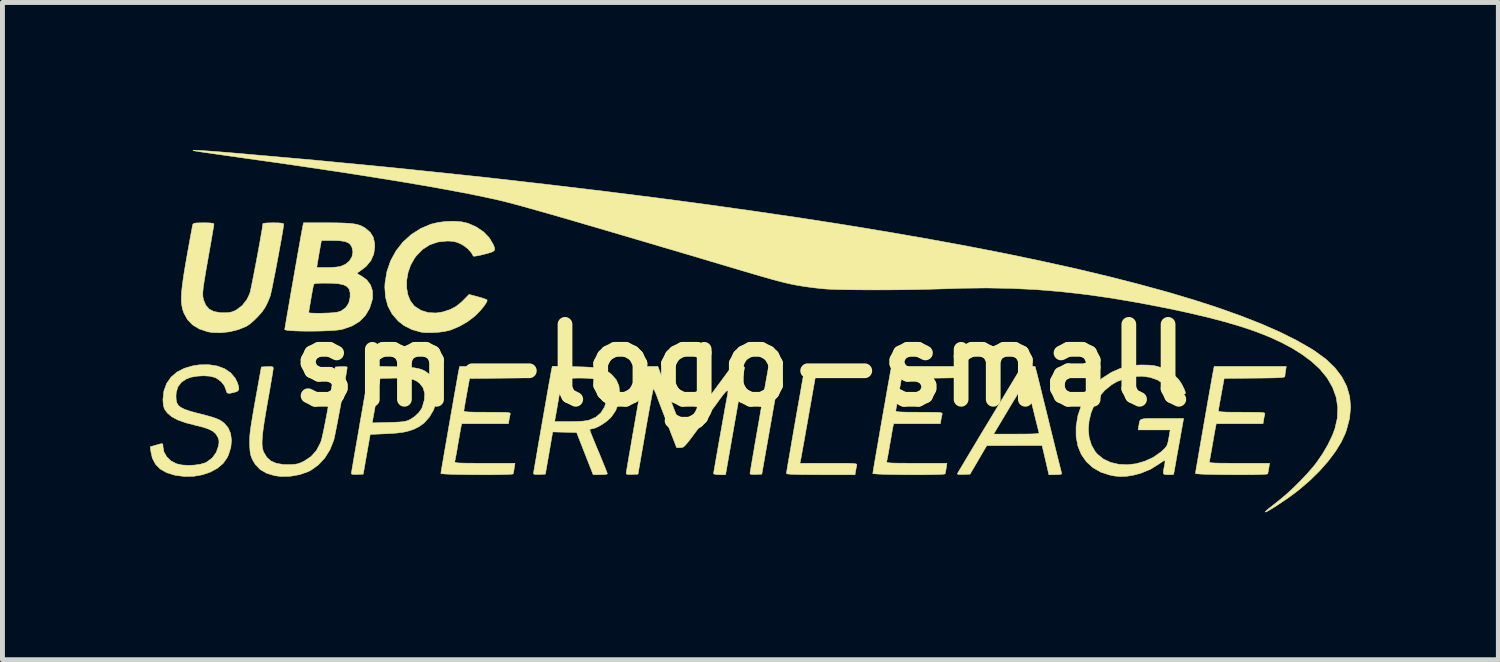
<source format=kicad_pcb>
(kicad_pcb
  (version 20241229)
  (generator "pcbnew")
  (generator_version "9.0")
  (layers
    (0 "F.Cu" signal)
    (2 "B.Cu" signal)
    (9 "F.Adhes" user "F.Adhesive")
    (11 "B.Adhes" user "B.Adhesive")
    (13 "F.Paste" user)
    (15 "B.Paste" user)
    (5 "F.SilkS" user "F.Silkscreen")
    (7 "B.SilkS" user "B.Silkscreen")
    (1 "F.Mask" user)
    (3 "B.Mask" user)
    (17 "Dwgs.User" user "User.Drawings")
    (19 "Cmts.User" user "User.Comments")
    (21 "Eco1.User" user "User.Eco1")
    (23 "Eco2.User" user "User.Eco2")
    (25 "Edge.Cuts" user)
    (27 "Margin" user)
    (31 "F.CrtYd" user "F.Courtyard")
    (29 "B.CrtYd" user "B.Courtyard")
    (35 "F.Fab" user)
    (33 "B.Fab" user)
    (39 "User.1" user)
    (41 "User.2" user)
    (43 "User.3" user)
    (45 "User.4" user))
  (footprint "sm-logo-small"
    (layer "F.Cu")
    (at 12.033 4.381)
    (property "Reference" "sm-logo-small" (at 0 0 0) (layer "F.SilkS") (effects (font (size 1.524 1.524) (thickness 0.3))))
    (attr through_hole)
    (fp_poly (pts (xy 0.603 1.117) (xy 0.41 2.212) (xy 0.29 2.218) (xy 0.214 2.219) (xy 0.176 2.21) (xy 0.169 2.199) (xy 0.173 2.174) (xy 0.183 2.113) (xy 0.199 2.019) (xy 0.219 1.898) (xy 0.244 1.755) (xy 0.271 1.595) (xy 0.301 1.422) (xy 0.333 1.241) (xy 0.365 1.058) (xy 0.396 0.876) (xy 0.427 0.701) (xy 0.456 0.538) (xy 0.482 0.392) (xy 0.504 0.267) (xy 0.522 0.168) (xy 0.534 0.1) (xy 0.54 0.069) (xy 0.551 0.042) (xy 0.574 0.027) (xy 0.622 0.022) (xy 0.674 0.021) (xy 0.796 0.021) (xy 0.603 1.117)) (stroke (width 0.01) (type solid)) (fill yes) (layer "F.SilkS"))
    (fp_poly (pts (xy 1.372 0.958) (xy 1.338 1.153) (xy 1.305 1.337) (xy 1.276 1.504) (xy 1.249 1.651) (xy 1.227 1.773) (xy 1.211 1.865) (xy 1.2 1.923) (xy 1.196 1.942) (xy 1.185 1.99) (xy 1.768 1.99) (xy 1.941 1.99) (xy 2.076 1.99) (xy 2.177 1.992) (xy 2.25 1.994) (xy 2.298 1.998) (xy 2.327 2.004) (xy 2.34 2.011) (xy 2.343 2.021) (xy 2.342 2.027) (xy 2.332 2.072) (xy 2.32 2.134) (xy 2.319 2.143) (xy 2.305 2.223) (xy 1.608 2.223) (xy 1.404 2.222) (xy 1.24 2.221) (xy 1.112 2.218) (xy 1.018 2.215) (xy 0.955 2.21) (xy 0.92 2.204) (xy 0.91 2.198) (xy 0.914 2.173) (xy 0.924 2.112) (xy 0.939 2.018) (xy 0.96 1.898) (xy 0.985 1.755) (xy 1.012 1.595) (xy 1.042 1.422) (xy 1.073 1.241) (xy 1.105 1.058) (xy 1.137 0.876) (xy 1.168 0.702) (xy 1.197 0.539) (xy 1.222 0.392) (xy 1.245 0.267) (xy 1.263 0.168) (xy 1.275 0.1) (xy 1.281 0.069) (xy 1.292 0.042) (xy 1.315 0.027) (xy 1.362 0.022) (xy 1.415 0.021) (xy 1.537 0.021) (xy 1.372 0.958)) (stroke (width 0.01) (type solid)) (fill yes) (layer "F.SilkS"))
    (fp_poly (pts (xy 5.989 0.103) (xy 5.999 0.14) (xy 6.017 0.213) (xy 6.044 0.319) (xy 6.077 0.453) (xy 6.115 0.61) (xy 6.159 0.786) (xy 6.206 0.977) (xy 6.255 1.177) (xy 6.304 1.376) (xy 6.35 1.562) (xy 6.392 1.733) (xy 6.429 1.883) (xy 6.461 2.008) (xy 6.485 2.105) (xy 6.501 2.169) (xy 6.508 2.196) (xy 6.509 2.196) (xy 6.501 2.211) (xy 6.463 2.22) (xy 6.388 2.222) (xy 6.383 2.223) (xy 6.248 2.223) (xy 6.179 1.926) (xy 6.11 1.63) (xy 4.985 1.631) (xy 4.815 1.921) (xy 4.645 2.212) (xy 4.511 2.218) (xy 4.444 2.219) (xy 4.398 2.214) (xy 4.385 2.206) (xy 4.397 2.185) (xy 4.429 2.131) (xy 4.479 2.047) (xy 4.545 1.936) (xy 4.625 1.802) (xy 4.717 1.648) (xy 4.82 1.477) (xy 4.868 1.397) (xy 5.125 1.397) (xy 5.592 1.397) (xy 5.75 1.396) (xy 5.87 1.395) (xy 5.955 1.392) (xy 6.011 1.387) (xy 6.041 1.38) (xy 6.049 1.372) (xy 6.048 1.371) (xy 6.041 1.343) (xy 6.025 1.281) (xy 6.002 1.189) (xy 5.973 1.074) (xy 5.941 0.942) (xy 5.916 0.841) (xy 5.878 0.688) (xy 5.844 0.559) (xy 5.815 0.456) (xy 5.792 0.385) (xy 5.776 0.348) (xy 5.771 0.345) (xy 5.755 0.364) (xy 5.72 0.415) (xy 5.67 0.494) (xy 5.607 0.595) (xy 5.534 0.714) (xy 5.454 0.846) (xy 5.437 0.875) (xy 5.125 1.397) (xy 4.868 1.397) (xy 4.931 1.292) (xy 5.045 1.104) (xy 5.697 0.021) (xy 5.967 0.021) (xy 5.989 0.103)) (stroke (width 0.01) (type solid)) (fill yes) (layer "F.SilkS"))
    (fp_poly (pts (xy -5.698 -2.92) (xy -5.57 -2.892) (xy -5.567 -2.891) (xy -5.395 -2.815) (xy -5.248 -2.715) (xy -5.132 -2.594) (xy -5.058 -2.47) (xy -5.031 -2.408) (xy -5.021 -2.364) (xy -5.033 -2.333) (xy -5.071 -2.309) (xy -5.14 -2.286) (xy -5.233 -2.261) (xy -5.323 -2.239) (xy -5.396 -2.225) (xy -5.443 -2.22) (xy -5.457 -2.222) (xy -5.499 -2.295) (xy -5.568 -2.371) (xy -5.653 -2.437) (xy -5.708 -2.468) (xy -5.786 -2.502) (xy -5.858 -2.521) (xy -5.943 -2.528) (xy -5.99 -2.529) (xy -6.175 -2.51) (xy -6.342 -2.453) (xy -6.49 -2.358) (xy -6.618 -2.226) (xy -6.652 -2.18) (xy -6.732 -2.039) (xy -6.785 -1.887) (xy -6.812 -1.731) (xy -6.813 -1.578) (xy -6.788 -1.435) (xy -6.737 -1.311) (xy -6.66 -1.211) (xy -6.645 -1.198) (xy -6.518 -1.118) (xy -6.372 -1.073) (xy -6.214 -1.066) (xy -6.079 -1.087) (xy -5.933 -1.134) (xy -5.813 -1.196) (xy -5.704 -1.282) (xy -5.657 -1.328) (xy -5.544 -1.443) (xy -5.37 -1.397) (xy -5.288 -1.374) (xy -5.222 -1.352) (xy -5.183 -1.336) (xy -5.178 -1.333) (xy -5.178 -1.306) (xy -5.204 -1.258) (xy -5.25 -1.193) (xy -5.31 -1.121) (xy -5.38 -1.047) (xy -5.434 -0.996) (xy -5.575 -0.889) (xy -5.739 -0.795) (xy -5.907 -0.724) (xy -5.948 -0.711) (xy -6.049 -0.689) (xy -6.174 -0.673) (xy -6.305 -0.666) (xy -6.427 -0.667) (xy -6.519 -0.676) (xy -6.707 -0.729) (xy -6.87 -0.812) (xy -6.985 -0.903) (xy -7.107 -1.043) (xy -7.193 -1.204) (xy -7.243 -1.387) (xy -7.257 -1.591) (xy -7.253 -1.673) (xy -7.215 -1.906) (xy -7.14 -2.126) (xy -7.03 -2.328) (xy -6.889 -2.508) (xy -6.72 -2.661) (xy -6.526 -2.785) (xy -6.323 -2.871) (xy -6.176 -2.907) (xy -6.014 -2.927) (xy -5.85 -2.932) (xy -5.698 -2.92)) (stroke (width 0.01) (type solid)) (fill yes) (layer "F.SilkS"))
    (fp_poly (pts (xy -9.541 0.029) (xy -9.527 0.044) (xy -9.525 0.057) (xy -9.529 0.087) (xy -9.539 0.153) (xy -9.555 0.25) (xy -9.576 0.372) (xy -9.6 0.515) (xy -9.628 0.672) (xy -9.642 0.751) (xy -9.68 0.972) (xy -9.71 1.156) (xy -9.732 1.308) (xy -9.746 1.431) (xy -9.753 1.531) (xy -9.753 1.611) (xy -9.746 1.676) (xy -9.733 1.731) (xy -9.717 1.77) (xy -9.656 1.871) (xy -9.573 1.944) (xy -9.464 1.991) (xy -9.326 2.015) (xy -9.199 2.018) (xy -9.104 2.014) (xy -9.031 2.002) (xy -8.961 1.977) (xy -8.893 1.944) (xy -8.756 1.852) (xy -8.648 1.731) (xy -8.568 1.579) (xy -8.55 1.531) (xy -8.536 1.478) (xy -8.516 1.39) (xy -8.491 1.272) (xy -8.463 1.131) (xy -8.433 0.974) (xy -8.402 0.805) (xy -8.386 0.716) (xy -8.265 0.032) (xy -8.144 0.025) (xy -8.078 0.025) (xy -8.034 0.029) (xy -8.022 0.036) (xy -8.026 0.071) (xy -8.037 0.142) (xy -8.054 0.242) (xy -8.075 0.365) (xy -8.1 0.505) (xy -8.127 0.657) (xy -8.156 0.813) (xy -8.185 0.968) (xy -8.213 1.116) (xy -8.239 1.25) (xy -8.262 1.365) (xy -8.28 1.454) (xy -8.293 1.512) (xy -8.297 1.524) (xy -8.373 1.715) (xy -8.478 1.883) (xy -8.609 2.024) (xy -8.761 2.133) (xy -8.816 2.161) (xy -8.989 2.222) (xy -9.18 2.255) (xy -9.371 2.259) (xy -9.495 2.243) (xy -9.659 2.194) (xy -9.791 2.118) (xy -9.892 2.013) (xy -9.942 1.93) (xy -9.971 1.866) (xy -9.989 1.805) (xy -9.999 1.735) (xy -10.005 1.641) (xy -10.006 1.598) (xy -10.007 1.532) (xy -10.005 1.465) (xy -9.999 1.391) (xy -9.989 1.305) (xy -9.974 1.2) (xy -9.953 1.071) (xy -9.926 0.912) (xy -9.892 0.718) (xy -9.89 0.709) (xy -9.768 0.032) (xy -9.647 0.025) (xy -9.577 0.023) (xy -9.541 0.029)) (stroke (width 0.01) (type solid)) (fill yes) (layer "F.SilkS"))
    (fp_poly (pts (xy -7.106 0.026) (xy -6.923 0.031) (xy -6.777 0.038) (xy -6.661 0.049) (xy -6.57 0.065) (xy -6.497 0.088) (xy -6.436 0.118) (xy -6.382 0.157) (xy -6.329 0.208) (xy -6.325 0.212) (xy -6.265 0.281) (xy -6.228 0.345) (xy -6.205 0.421) (xy -6.202 0.434) (xy -6.189 0.591) (xy -6.213 0.752) (xy -6.267 0.908) (xy -6.35 1.05) (xy -6.457 1.17) (xy -6.555 1.242) (xy -6.653 1.292) (xy -6.757 1.33) (xy -6.875 1.358) (xy -7.016 1.376) (xy -7.189 1.388) (xy -7.231 1.39) (xy -7.554 1.404) (xy -7.588 1.596) (xy -7.608 1.709) (xy -7.631 1.84) (xy -7.654 1.966) (xy -7.659 2) (xy -7.696 2.212) (xy -7.817 2.218) (xy -7.893 2.219) (xy -7.931 2.21) (xy -7.938 2.199) (xy -7.934 2.174) (xy -7.924 2.112) (xy -7.908 2.019) (xy -7.888 1.898) (xy -7.863 1.755) (xy -7.835 1.594) (xy -7.805 1.421) (xy -7.774 1.241) (xy -7.762 1.169) (xy -7.514 1.169) (xy -7.181 1.16) (xy -7.05 1.156) (xy -6.954 1.151) (xy -6.883 1.144) (xy -6.83 1.134) (xy -6.785 1.12) (xy -6.747 1.103) (xy -6.652 1.042) (xy -6.568 0.963) (xy -6.508 0.879) (xy -6.496 0.85) (xy -6.452 0.699) (xy -6.446 0.568) (xy -6.477 0.458) (xy -6.545 0.368) (xy -6.551 0.363) (xy -6.607 0.321) (xy -6.67 0.291) (xy -6.747 0.271) (xy -6.846 0.26) (xy -6.975 0.257) (xy -7.073 0.259) (xy -7.353 0.265) (xy -7.422 0.656) (xy -7.445 0.784) (xy -7.465 0.901) (xy -7.483 0.999) (xy -7.496 1.071) (xy -7.503 1.108) (xy -7.514 1.169) (xy -7.762 1.169) (xy -7.742 1.057) (xy -7.71 0.875) (xy -7.68 0.7) (xy -7.651 0.537) (xy -7.625 0.39) (xy -7.603 0.265) (xy -7.585 0.166) (xy -7.572 0.098) (xy -7.566 0.067) (xy -7.555 0.017) (xy -7.106 0.026)) (stroke (width 0.01) (type solid)) (fill yes) (layer "F.SilkS"))
    (fp_poly (pts (xy -4.283 0.101) (xy -4.292 0.163) (xy -4.296 0.212) (xy -4.297 0.217) (xy -4.299 0.227) (xy -4.31 0.236) (xy -4.334 0.242) (xy -4.375 0.247) (xy -4.438 0.251) (xy -4.528 0.254) (xy -4.647 0.256) (xy -4.802 0.258) (xy -4.915 0.259) (xy -5.533 0.265) (xy -5.591 0.582) (xy -5.611 0.694) (xy -5.628 0.793) (xy -5.641 0.869) (xy -5.649 0.916) (xy -5.65 0.926) (xy -5.641 0.935) (xy -5.61 0.942) (xy -5.553 0.947) (xy -5.467 0.95) (xy -5.346 0.952) (xy -5.187 0.952) (xy -5.174 0.953) (xy -5.02 0.953) (xy -4.903 0.954) (xy -4.818 0.955) (xy -4.761 0.959) (xy -4.727 0.964) (xy -4.71 0.971) (xy -4.705 0.981) (xy -4.706 0.99) (xy -4.717 1.035) (xy -4.728 1.097) (xy -4.73 1.106) (xy -4.743 1.185) (xy -5.693 1.185) (xy -5.704 1.233) (xy -5.711 1.27) (xy -5.724 1.34) (xy -5.74 1.435) (xy -5.76 1.545) (xy -5.769 1.598) (xy -5.788 1.712) (xy -5.806 1.812) (xy -5.821 1.892) (xy -5.831 1.942) (xy -5.834 1.953) (xy -5.835 1.963) (xy -5.827 1.972) (xy -5.807 1.978) (xy -5.77 1.983) (xy -5.712 1.986) (xy -5.627 1.988) (xy -5.513 1.989) (xy -5.364 1.99) (xy -5.227 1.99) (xy -4.61 1.99) (xy -4.625 2.09) (xy -4.635 2.153) (xy -4.646 2.197) (xy -4.649 2.207) (xy -4.673 2.212) (xy -4.732 2.216) (xy -4.822 2.22) (xy -4.936 2.222) (xy -5.068 2.223) (xy -5.213 2.224) (xy -5.364 2.223) (xy -5.516 2.222) (xy -5.663 2.22) (xy -5.799 2.218) (xy -5.918 2.214) (xy -6.014 2.21) (xy -6.082 2.205) (xy -6.115 2.2) (xy -6.117 2.198) (xy -6.114 2.173) (xy -6.104 2.112) (xy -6.088 2.018) (xy -6.067 1.898) (xy -6.043 1.755) (xy -6.015 1.595) (xy -5.985 1.422) (xy -5.954 1.241) (xy -5.922 1.058) (xy -5.89 0.876) (xy -5.86 0.702) (xy -5.831 0.539) (xy -5.805 0.392) (xy -5.783 0.267) (xy -5.765 0.168) (xy -5.752 0.1) (xy -5.746 0.069) (xy -5.735 0.021) (xy -4.27 0.021) (xy -4.283 0.101)) (stroke (width 0.01) (type solid)) (fill yes) (layer "F.SilkS"))
    (fp_poly (pts (xy 4.501 0.101) (xy 4.492 0.163) (xy 4.488 0.212) (xy 4.488 0.217) (xy 4.485 0.227) (xy 4.474 0.236) (xy 4.45 0.242) (xy 4.409 0.247) (xy 4.346 0.251) (xy 4.257 0.254) (xy 4.137 0.256) (xy 3.982 0.258) (xy 3.869 0.259) (xy 3.251 0.265) (xy 3.193 0.582) (xy 3.173 0.694) (xy 3.156 0.793) (xy 3.143 0.869) (xy 3.135 0.916) (xy 3.134 0.926) (xy 3.143 0.935) (xy 3.174 0.942) (xy 3.231 0.947) (xy 3.318 0.95) (xy 3.438 0.952) (xy 3.597 0.952) (xy 3.61 0.953) (xy 3.764 0.953) (xy 3.881 0.954) (xy 3.966 0.955) (xy 4.023 0.959) (xy 4.057 0.964) (xy 4.074 0.971) (xy 4.079 0.981) (xy 4.078 0.99) (xy 4.068 1.035) (xy 4.056 1.097) (xy 4.054 1.106) (xy 4.041 1.185) (xy 3.091 1.185) (xy 3.08 1.233) (xy 3.073 1.27) (xy 3.06 1.34) (xy 3.044 1.435) (xy 3.025 1.545) (xy 3.015 1.598) (xy 2.996 1.712) (xy 2.978 1.812) (xy 2.963 1.892) (xy 2.953 1.942) (xy 2.95 1.953) (xy 2.949 1.963) (xy 2.957 1.972) (xy 2.977 1.978) (xy 3.014 1.983) (xy 3.072 1.986) (xy 3.157 1.988) (xy 3.271 1.989) (xy 3.421 1.99) (xy 3.557 1.99) (xy 4.175 1.99) (xy 4.16 2.09) (xy 4.149 2.153) (xy 4.139 2.197) (xy 4.135 2.207) (xy 4.111 2.212) (xy 4.052 2.216) (xy 3.962 2.22) (xy 3.848 2.222) (xy 3.716 2.223) (xy 3.572 2.224) (xy 3.42 2.223) (xy 3.268 2.222) (xy 3.121 2.22) (xy 2.986 2.218) (xy 2.867 2.214) (xy 2.77 2.21) (xy 2.703 2.205) (xy 2.669 2.2) (xy 2.667 2.198) (xy 2.671 2.173) (xy 2.681 2.112) (xy 2.696 2.018) (xy 2.717 1.898) (xy 2.741 1.755) (xy 2.769 1.595) (xy 2.799 1.422) (xy 2.83 1.241) (xy 2.862 1.058) (xy 2.894 0.876) (xy 2.925 0.702) (xy 2.953 0.539) (xy 2.979 0.392) (xy 3.002 0.267) (xy 3.019 0.168) (xy 3.032 0.1) (xy 3.038 0.069) (xy 3.049 0.021) (xy 4.514 0.021) (xy 4.501 0.101)) (stroke (width 0.01) (type solid)) (fill yes) (layer "F.SilkS"))
    (fp_poly (pts (xy 11.063 0.101) (xy 11.054 0.163) (xy 11.049 0.212) (xy 11.049 0.217) (xy 11.046 0.227) (xy 11.035 0.236) (xy 11.012 0.242) (xy 10.97 0.247) (xy 10.907 0.251) (xy 10.818 0.254) (xy 10.699 0.256) (xy 10.544 0.258) (xy 10.431 0.259) (xy 9.813 0.265) (xy 9.755 0.582) (xy 9.735 0.694) (xy 9.717 0.793) (xy 9.704 0.869) (xy 9.697 0.916) (xy 9.696 0.926) (xy 9.705 0.935) (xy 9.736 0.942) (xy 9.793 0.947) (xy 9.879 0.95) (xy 10 0.952) (xy 10.159 0.952) (xy 10.172 0.953) (xy 10.326 0.953) (xy 10.443 0.954) (xy 10.527 0.955) (xy 10.584 0.959) (xy 10.619 0.964) (xy 10.636 0.971) (xy 10.641 0.981) (xy 10.64 0.99) (xy 10.629 1.035) (xy 10.617 1.097) (xy 10.616 1.106) (xy 10.603 1.185) (xy 9.653 1.185) (xy 9.642 1.233) (xy 9.635 1.27) (xy 9.622 1.34) (xy 9.605 1.435) (xy 9.586 1.545) (xy 9.577 1.598) (xy 9.557 1.712) (xy 9.539 1.812) (xy 9.525 1.892) (xy 9.515 1.942) (xy 9.512 1.953) (xy 9.511 1.963) (xy 9.518 1.972) (xy 9.538 1.978) (xy 9.576 1.983) (xy 9.634 1.986) (xy 9.718 1.988) (xy 9.833 1.989) (xy 9.982 1.99) (xy 10.119 1.99) (xy 10.736 1.99) (xy 10.721 2.09) (xy 10.71 2.153) (xy 10.7 2.197) (xy 10.696 2.207) (xy 10.673 2.212) (xy 10.613 2.216) (xy 10.524 2.22) (xy 10.41 2.222) (xy 10.278 2.223) (xy 10.133 2.224) (xy 9.982 2.223) (xy 9.83 2.222) (xy 9.683 2.22) (xy 9.547 2.218) (xy 9.428 2.214) (xy 9.332 2.21) (xy 9.264 2.205) (xy 9.231 2.2) (xy 9.229 2.198) (xy 9.232 2.173) (xy 9.242 2.112) (xy 9.258 2.018) (xy 9.279 1.898) (xy 9.303 1.755) (xy 9.331 1.595) (xy 9.361 1.422) (xy 9.392 1.241) (xy 9.424 1.058) (xy 9.456 0.876) (xy 9.486 0.702) (xy 9.515 0.539) (xy 9.541 0.392) (xy 9.563 0.267) (xy 9.581 0.168) (xy 9.594 0.1) (xy 9.6 0.069) (xy 9.61 0.021) (xy 11.076 0.021) (xy 11.063 0.101)) (stroke (width 0.01) (type solid)) (fill yes) (layer "F.SilkS"))
    (fp_poly (pts (xy -3.402 0.026) (xy -3.222 0.031) (xy -3.078 0.038) (xy -2.964 0.049) (xy -2.874 0.065) (xy -2.801 0.087) (xy -2.739 0.116) (xy -2.683 0.155) (xy -2.64 0.191) (xy -2.55 0.294) (xy -2.497 0.414) (xy -2.48 0.555) (xy -2.483 0.622) (xy -2.511 0.783) (xy -2.562 0.918) (xy -2.642 1.036) (xy -2.663 1.061) (xy -2.732 1.126) (xy -2.818 1.188) (xy -2.907 1.241) (xy -2.99 1.278) (xy -3.053 1.291) (xy -3.085 1.3) (xy -3.09 1.309) (xy -3.082 1.333) (xy -3.061 1.39) (xy -3.027 1.475) (xy -2.984 1.58) (xy -2.934 1.702) (xy -2.91 1.757) (xy -2.858 1.883) (xy -2.812 1.996) (xy -2.773 2.09) (xy -2.746 2.16) (xy -2.732 2.199) (xy -2.731 2.205) (xy -2.75 2.213) (xy -2.801 2.22) (xy -2.872 2.222) (xy -2.875 2.223) (xy -3.02 2.223) (xy -3.188 1.794) (xy -3.356 1.365) (xy -3.6 1.359) (xy -3.843 1.353) (xy -3.917 1.783) (xy -3.992 2.212) (xy -4.113 2.218) (xy -4.189 2.219) (xy -4.227 2.21) (xy -4.233 2.199) (xy -4.23 2.174) (xy -4.22 2.112) (xy -4.204 2.019) (xy -4.183 1.898) (xy -4.159 1.755) (xy -4.131 1.594) (xy -4.101 1.421) (xy -4.07 1.241) (xy -4.053 1.143) (xy -3.804 1.143) (xy -3.504 1.143) (xy -3.343 1.14) (xy -3.22 1.133) (xy -3.127 1.119) (xy -3.094 1.11) (xy -2.963 1.051) (xy -2.86 0.961) (xy -2.786 0.84) (xy -2.743 0.692) (xy -2.742 0.685) (xy -2.741 0.562) (xy -2.778 0.452) (xy -2.849 0.361) (xy -2.947 0.296) (xy -3.005 0.275) (xy -3.058 0.267) (xy -3.142 0.261) (xy -3.247 0.258) (xy -3.359 0.258) (xy -3.37 0.259) (xy -3.65 0.265) (xy -3.667 0.36) (xy -3.676 0.413) (xy -3.691 0.499) (xy -3.71 0.607) (xy -3.731 0.728) (xy -3.743 0.799) (xy -3.804 1.143) (xy -4.053 1.143) (xy -4.038 1.057) (xy -4.006 0.875) (xy -3.975 0.7) (xy -3.947 0.537) (xy -3.921 0.39) (xy -3.898 0.265) (xy -3.881 0.166) (xy -3.868 0.098) (xy -3.862 0.067) (xy -3.85 0.017) (xy -3.402 0.026)) (stroke (width 0.01) (type solid)) (fill yes) (layer "F.SilkS"))
    (fp_poly (pts (xy -9.414 -2.898) (xy -9.344 -2.891) (xy -9.314 -2.879) (xy -9.313 -2.876) (xy -9.317 -2.838) (xy -9.328 -2.764) (xy -9.345 -2.662) (xy -9.367 -2.537) (xy -9.393 -2.395) (xy -9.421 -2.242) (xy -9.45 -2.086) (xy -9.479 -1.932) (xy -9.508 -1.786) (xy -9.534 -1.655) (xy -9.556 -1.545) (xy -9.575 -1.462) (xy -9.587 -1.413) (xy -9.589 -1.407) (xy -9.625 -1.316) (xy -9.67 -1.22) (xy -9.693 -1.177) (xy -9.75 -1.094) (xy -9.829 -1.003) (xy -9.917 -0.915) (xy -10.003 -0.841) (xy -10.074 -0.794) (xy -10.235 -0.728) (xy -10.414 -0.684) (xy -10.597 -0.664) (xy -10.77 -0.669) (xy -10.858 -0.684) (xy -11.028 -0.74) (xy -11.164 -0.822) (xy -11.27 -0.931) (xy -11.345 -1.068) (xy -11.348 -1.076) (xy -11.371 -1.145) (xy -11.386 -1.22) (xy -11.395 -1.304) (xy -11.395 -1.403) (xy -11.387 -1.52) (xy -11.371 -1.662) (xy -11.347 -1.832) (xy -11.314 -2.036) (xy -11.285 -2.201) (xy -11.257 -2.36) (xy -11.23 -2.506) (xy -11.207 -2.635) (xy -11.187 -2.74) (xy -11.173 -2.816) (xy -11.164 -2.858) (xy -11.163 -2.863) (xy -11.153 -2.88) (xy -11.129 -2.891) (xy -11.084 -2.897) (xy -11.009 -2.899) (xy -10.942 -2.9) (xy -10.834 -2.898) (xy -10.765 -2.892) (xy -10.734 -2.881) (xy -10.732 -2.875) (xy -10.735 -2.849) (xy -10.745 -2.786) (xy -10.761 -2.693) (xy -10.781 -2.574) (xy -10.805 -2.436) (xy -10.832 -2.284) (xy -10.837 -2.256) (xy -10.873 -2.051) (xy -10.902 -1.884) (xy -10.924 -1.748) (xy -10.941 -1.641) (xy -10.952 -1.557) (xy -10.958 -1.492) (xy -10.959 -1.441) (xy -10.957 -1.4) (xy -10.951 -1.364) (xy -10.944 -1.333) (xy -10.899 -1.225) (xy -10.83 -1.146) (xy -10.734 -1.096) (xy -10.607 -1.073) (xy -10.541 -1.071) (xy -10.449 -1.073) (xy -10.381 -1.084) (xy -10.32 -1.106) (xy -10.273 -1.13) (xy -10.157 -1.217) (xy -10.062 -1.339) (xy -10.006 -1.454) (xy -9.996 -1.489) (xy -9.98 -1.56) (xy -9.96 -1.66) (xy -9.935 -1.782) (xy -9.908 -1.922) (xy -9.879 -2.071) (xy -9.85 -2.225) (xy -9.822 -2.376) (xy -9.796 -2.519) (xy -9.774 -2.647) (xy -9.755 -2.753) (xy -9.743 -2.833) (xy -9.737 -2.878) (xy -9.737 -2.884) (xy -9.717 -2.89) (xy -9.664 -2.896) (xy -9.587 -2.899) (xy -9.525 -2.9) (xy -9.414 -2.898)) (stroke (width 0.01) (type solid)) (fill yes) (layer "F.SilkS"))
    (fp_poly (pts (xy -10.661 0.013) (xy -10.513 0.069) (xy -10.392 0.151) (xy -10.301 0.258) (xy -10.254 0.354) (xy -10.229 0.436) (xy -10.226 0.489) (xy -10.248 0.521) (xy -10.299 0.543) (xy -10.318 0.548) (xy -10.396 0.566) (xy -10.443 0.568) (xy -10.469 0.552) (xy -10.483 0.516) (xy -10.487 0.497) (xy -10.522 0.409) (xy -10.589 0.327) (xy -10.677 0.262) (xy -10.72 0.243) (xy -10.82 0.219) (xy -10.943 0.211) (xy -11.074 0.219) (xy -11.196 0.24) (xy -11.289 0.273) (xy -11.394 0.343) (xy -11.464 0.435) (xy -11.499 0.55) (xy -11.504 0.626) (xy -11.5 0.702) (xy -11.486 0.764) (xy -11.456 0.814) (xy -11.405 0.855) (xy -11.329 0.893) (xy -11.224 0.929) (xy -11.083 0.968) (xy -11.018 0.984) (xy -10.876 1.021) (xy -10.768 1.052) (xy -10.687 1.079) (xy -10.624 1.107) (xy -10.574 1.136) (xy -10.527 1.172) (xy -10.522 1.176) (xy -10.442 1.27) (xy -10.393 1.387) (xy -10.375 1.522) (xy -10.389 1.667) (xy -10.435 1.816) (xy -10.464 1.878) (xy -10.547 1.995) (xy -10.663 2.093) (xy -10.806 2.17) (xy -10.969 2.225) (xy -11.147 2.256) (xy -11.334 2.259) (xy -11.522 2.234) (xy -11.528 2.233) (xy -11.693 2.182) (xy -11.824 2.108) (xy -11.921 2.009) (xy -11.985 1.886) (xy -12.013 1.762) (xy -12.028 1.655) (xy -11.911 1.621) (xy -11.836 1.6) (xy -11.794 1.592) (xy -11.774 1.597) (xy -11.769 1.62) (xy -11.769 1.65) (xy -11.749 1.76) (xy -11.692 1.86) (xy -11.605 1.943) (xy -11.494 2) (xy -11.488 2.002) (xy -11.384 2.025) (xy -11.261 2.033) (xy -11.132 2.028) (xy -11.01 2.011) (xy -10.911 1.982) (xy -10.882 1.968) (xy -10.766 1.882) (xy -10.686 1.771) (xy -10.643 1.649) (xy -10.63 1.576) (xy -10.631 1.524) (xy -10.647 1.474) (xy -10.659 1.448) (xy -10.698 1.389) (xy -10.755 1.339) (xy -10.836 1.297) (xy -10.946 1.259) (xy -11.092 1.222) (xy -11.113 1.217) (xy -11.309 1.166) (xy -11.467 1.11) (xy -11.588 1.045) (xy -11.678 0.97) (xy -11.739 0.885) (xy -11.755 0.832) (xy -11.766 0.755) (xy -11.769 0.692) (xy -11.75 0.52) (xy -11.695 0.369) (xy -11.606 0.241) (xy -11.485 0.136) (xy -11.332 0.058) (xy -11.151 0.006) (xy -11.022 -0.012) (xy -10.832 -0.014) (xy -10.661 0.013)) (stroke (width 0.01) (type solid)) (fill yes) (layer "F.SilkS"))
    (fp_poly (pts (xy 8.288 -0.005) (xy 8.378 0.004) (xy 8.453 0.02) (xy 8.52 0.042) (xy 8.68 0.118) (xy 8.812 0.211) (xy 8.88 0.28) (xy 8.921 0.335) (xy 8.961 0.402) (xy 8.994 0.47) (xy 9.018 0.529) (xy 9.025 0.566) (xy 9.022 0.574) (xy 8.994 0.586) (xy 8.94 0.602) (xy 8.877 0.618) (xy 8.819 0.631) (xy 8.785 0.635) (xy 8.764 0.618) (xy 8.762 0.609) (xy 8.75 0.578) (xy 8.72 0.527) (xy 8.689 0.482) (xy 8.584 0.374) (xy 8.453 0.294) (xy 8.303 0.242) (xy 8.139 0.22) (xy 7.968 0.227) (xy 7.795 0.265) (xy 7.626 0.333) (xy 7.525 0.393) (xy 7.384 0.507) (xy 7.267 0.643) (xy 7.174 0.797) (xy 7.106 0.963) (xy 7.065 1.133) (xy 7.051 1.304) (xy 7.067 1.468) (xy 7.113 1.619) (xy 7.19 1.753) (xy 7.235 1.806) (xy 7.358 1.905) (xy 7.504 1.973) (xy 7.668 2.011) (xy 7.841 2.02) (xy 8.02 2) (xy 8.196 1.95) (xy 8.365 1.873) (xy 8.519 1.767) (xy 8.559 1.732) (xy 8.61 1.682) (xy 8.643 1.64) (xy 8.663 1.591) (xy 8.679 1.521) (xy 8.687 1.476) (xy 8.715 1.312) (xy 8.063 1.312) (xy 8.076 1.233) (xy 8.084 1.182) (xy 8.091 1.144) (xy 8.104 1.116) (xy 8.128 1.098) (xy 8.169 1.087) (xy 8.231 1.081) (xy 8.321 1.079) (xy 8.443 1.079) (xy 8.549 1.079) (xy 8.988 1.079) (xy 8.887 1.646) (xy 8.86 1.795) (xy 8.836 1.93) (xy 8.816 2.045) (xy 8.8 2.134) (xy 8.789 2.194) (xy 8.785 2.217) (xy 8.785 2.217) (xy 8.765 2.22) (xy 8.716 2.222) (xy 8.678 2.223) (xy 8.62 2.221) (xy 8.587 2.211) (xy 8.575 2.185) (xy 8.579 2.134) (xy 8.596 2.053) (xy 8.607 1.99) (xy 8.61 1.945) (xy 8.608 1.933) (xy 8.587 1.939) (xy 8.543 1.965) (xy 8.496 1.999) (xy 8.319 2.11) (xy 8.119 2.193) (xy 7.975 2.231) (xy 7.835 2.255) (xy 7.715 2.261) (xy 7.595 2.251) (xy 7.494 2.232) (xy 7.306 2.172) (xy 7.144 2.08) (xy 7.011 1.959) (xy 6.908 1.812) (xy 6.838 1.641) (xy 6.802 1.449) (xy 6.801 1.248) (xy 6.839 1.019) (xy 6.913 0.802) (xy 7.02 0.601) (xy 7.157 0.421) (xy 7.321 0.269) (xy 7.508 0.148) (xy 7.539 0.132) (xy 7.684 0.068) (xy 7.814 0.025) (xy 7.945 0.001) (xy 8.095 -0.008) (xy 8.17 -0.008) (xy 8.288 -0.005)) (stroke (width 0.01) (type solid)) (fill yes) (layer "F.SilkS"))
    (fp_poly (pts (xy -1.704 0.022) (xy -1.558 0.408) (xy -1.472 0.635) (xy -1.4 0.825) (xy -1.34 0.98) (xy -1.291 1.104) (xy -1.253 1.198) (xy -1.224 1.265) (xy -1.204 1.308) (xy -1.19 1.33) (xy -1.185 1.333) (xy -1.169 1.317) (xy -1.13 1.27) (xy -1.073 1.196) (xy -0.999 1.099) (xy -0.911 0.983) (xy -0.812 0.851) (xy -0.706 0.707) (xy -0.684 0.678) (xy -0.201 0.023) (xy -0.067 0.022) (xy 0.01 0.024) (xy 0.05 0.032) (xy 0.059 0.046) (xy 0.058 0.048) (xy 0.053 0.073) (xy 0.041 0.136) (xy 0.023 0.233) (xy 0.001 0.359) (xy -0.027 0.511) (xy -0.058 0.685) (xy -0.091 0.876) (xy -0.127 1.081) (xy -0.139 1.148) (xy -0.327 2.223) (xy -0.449 2.223) (xy -0.522 2.219) (xy -0.564 2.208) (xy -0.572 2.199) (xy -0.568 2.175) (xy -0.558 2.115) (xy -0.542 2.024) (xy -0.522 1.908) (xy -0.498 1.772) (xy -0.472 1.623) (xy -0.444 1.465) (xy -0.415 1.304) (xy -0.387 1.145) (xy -0.36 0.995) (xy -0.336 0.858) (xy -0.314 0.741) (xy -0.297 0.648) (xy -0.285 0.586) (xy -0.283 0.574) (xy -0.278 0.525) (xy -0.291 0.512) (xy -0.323 0.534) (xy -0.373 0.592) (xy -0.425 0.661) (xy -0.47 0.723) (xy -0.534 0.811) (xy -0.614 0.919) (xy -0.703 1.04) (xy -0.797 1.168) (xy -0.853 1.244) (xy -0.951 1.375) (xy -1.027 1.477) (xy -1.085 1.552) (xy -1.129 1.605) (xy -1.162 1.64) (xy -1.188 1.66) (xy -1.211 1.669) (xy -1.234 1.672) (xy -1.246 1.672) (xy -1.323 1.672) (xy -1.497 1.222) (xy -1.551 1.082) (xy -1.604 0.945) (xy -1.652 0.819) (xy -1.692 0.714) (xy -1.721 0.636) (xy -1.727 0.618) (xy -1.755 0.548) (xy -1.779 0.497) (xy -1.794 0.477) (xy -1.796 0.477) (xy -1.803 0.5) (xy -1.815 0.56) (xy -1.833 0.653) (xy -1.856 0.775) (xy -1.882 0.92) (xy -1.912 1.086) (xy -1.944 1.266) (xy -1.958 1.351) (xy -2.108 2.212) (xy -2.229 2.218) (xy -2.305 2.219) (xy -2.343 2.21) (xy -2.349 2.199) (xy -2.346 2.174) (xy -2.336 2.113) (xy -2.32 2.019) (xy -2.3 1.898) (xy -2.275 1.755) (xy -2.247 1.595) (xy -2.218 1.422) (xy -2.186 1.241) (xy -2.154 1.058) (xy -2.122 0.876) (xy -2.092 0.701) (xy -2.063 0.538) (xy -2.037 0.392) (xy -2.015 0.267) (xy -1.997 0.168) (xy -1.985 0.1) (xy -1.979 0.069) (xy -1.968 0.043) (xy -1.947 0.028) (xy -1.902 0.022) (xy -1.836 0.021) (xy -1.704 0.022)) (stroke (width 0.01) (type solid)) (fill yes) (layer "F.SilkS"))
    (fp_poly (pts (xy -8.249 -2.899) (xy -8.098 -2.895) (xy -7.978 -2.889) (xy -7.883 -2.878) (xy -7.806 -2.862) (xy -7.742 -2.84) (xy -7.686 -2.811) (xy -7.648 -2.787) (xy -7.553 -2.705) (xy -7.493 -2.608) (xy -7.465 -2.488) (xy -7.462 -2.413) (xy -7.482 -2.264) (xy -7.541 -2.13) (xy -7.64 -2.011) (xy -7.779 -1.906) (xy -7.8 -1.894) (xy -7.817 -1.879) (xy -7.809 -1.862) (xy -7.771 -1.838) (xy -7.734 -1.818) (xy -7.625 -1.74) (xy -7.549 -1.638) (xy -7.508 -1.517) (xy -7.505 -1.381) (xy -7.512 -1.335) (xy -7.566 -1.161) (xy -7.653 -1.014) (xy -7.771 -0.894) (xy -7.921 -0.803) (xy -8.103 -0.739) (xy -8.146 -0.729) (xy -8.216 -0.719) (xy -8.311 -0.71) (xy -8.427 -0.704) (xy -8.556 -0.699) (xy -8.692 -0.697) (xy -8.828 -0.696) (xy -8.958 -0.698) (xy -9.075 -0.701) (xy -9.174 -0.707) (xy -9.246 -0.714) (xy -9.286 -0.724) (xy -9.292 -0.73) (xy -9.289 -0.755) (xy -9.279 -0.817) (xy -9.263 -0.912) (xy -9.242 -1.033) (xy -9.235 -1.073) (xy -8.805 -1.073) (xy -8.785 -1.067) (xy -8.731 -1.063) (xy -8.649 -1.061) (xy -8.548 -1.061) (xy -8.514 -1.062) (xy -8.386 -1.066) (xy -8.293 -1.073) (xy -8.225 -1.082) (xy -8.174 -1.096) (xy -8.143 -1.109) (xy -8.051 -1.175) (xy -7.991 -1.266) (xy -7.963 -1.384) (xy -7.963 -1.39) (xy -7.963 -1.481) (xy -7.983 -1.552) (xy -8.026 -1.604) (xy -8.097 -1.639) (xy -8.199 -1.661) (xy -8.337 -1.671) (xy -8.434 -1.672) (xy -8.544 -1.672) (xy -8.618 -1.67) (xy -8.665 -1.666) (xy -8.691 -1.657) (xy -8.703 -1.643) (xy -8.709 -1.625) (xy -8.718 -1.579) (xy -8.732 -1.507) (xy -8.748 -1.418) (xy -8.764 -1.323) (xy -8.78 -1.231) (xy -8.793 -1.152) (xy -8.802 -1.096) (xy -8.805 -1.073) (xy -9.235 -1.073) (xy -9.217 -1.176) (xy -9.19 -1.337) (xy -9.16 -1.51) (xy -9.128 -1.691) (xy -9.096 -1.875) (xy -9.076 -1.99) (xy -8.641 -1.99) (xy -8.447 -1.99) (xy -8.347 -1.992) (xy -8.251 -1.999) (xy -8.175 -2.01) (xy -8.158 -2.014) (xy -8.056 -2.057) (xy -7.976 -2.125) (xy -7.925 -2.21) (xy -7.906 -2.305) (xy -7.925 -2.401) (xy -7.926 -2.402) (xy -7.957 -2.457) (xy -8.005 -2.496) (xy -8.074 -2.521) (xy -8.171 -2.535) (xy -8.303 -2.54) (xy -8.326 -2.54) (xy -8.546 -2.54) (xy -8.58 -2.355) (xy -8.597 -2.258) (xy -8.613 -2.165) (xy -8.625 -2.094) (xy -8.627 -2.08) (xy -8.641 -1.99) (xy -9.076 -1.99) (xy -9.064 -2.056) (xy -9.034 -2.23) (xy -9.005 -2.392) (xy -8.979 -2.538) (xy -8.957 -2.662) (xy -8.939 -2.759) (xy -8.927 -2.825) (xy -8.921 -2.852) (xy -8.91 -2.9) (xy -8.436 -2.9) (xy -8.249 -2.899)) (stroke (width 0.01) (type solid)) (fill yes) (layer "F.SilkS"))
    (fp_poly (pts (xy -11.062 -4.374) (xy -10.954 -4.368) (xy -10.806 -4.357) (xy -10.617 -4.343) (xy -10.386 -4.324) (xy -10.184 -4.307) (xy -8.671 -4.173) (xy -7.128 -4.024) (xy -5.566 -3.861) (xy -5.006 -3.8) (xy -3.887 -3.672) (xy -2.802 -3.542) (xy -1.75 -3.41) (xy -0.733 -3.275) (xy 0.25 -3.137) (xy 1.198 -2.998) (xy 2.11 -2.856) (xy 2.987 -2.711) (xy 3.827 -2.565) (xy 4.631 -2.417) (xy 5.398 -2.267) (xy 6.128 -2.114) (xy 6.82 -1.961) (xy 7.473 -1.805) (xy 8.088 -1.648) (xy 8.664 -1.49) (xy 9.201 -1.33) (xy 9.698 -1.169) (xy 10.154 -1.006) (xy 10.57 -0.843) (xy 10.946 -0.678) (xy 11.279 -0.512) (xy 11.571 -0.346) (xy 11.657 -0.291) (xy 11.881 -0.128) (xy 12.063 0.046) (xy 12.205 0.231) (xy 12.305 0.425) (xy 12.365 0.631) (xy 12.384 0.848) (xy 12.363 1.076) (xy 12.3 1.315) (xy 12.278 1.378) (xy 12.194 1.559) (xy 12.075 1.752) (xy 11.926 1.95) (xy 11.751 2.148) (xy 11.555 2.341) (xy 11.341 2.524) (xy 11.28 2.572) (xy 11.19 2.639) (xy 11.096 2.707) (xy 11.001 2.772) (xy 10.91 2.833) (xy 10.826 2.887) (xy 10.753 2.931) (xy 10.697 2.963) (xy 10.66 2.981) (xy 10.648 2.981) (xy 10.663 2.961) (xy 10.691 2.936) (xy 10.731 2.903) (xy 10.794 2.853) (xy 10.871 2.792) (xy 10.922 2.752) (xy 11.06 2.637) (xy 11.209 2.501) (xy 11.359 2.353) (xy 11.501 2.203) (xy 11.625 2.061) (xy 11.69 1.978) (xy 11.813 1.8) (xy 11.923 1.612) (xy 12.012 1.427) (xy 12.064 1.291) (xy 12.114 1.073) (xy 12.123 0.859) (xy 12.091 0.649) (xy 12.018 0.447) (xy 11.906 0.253) (xy 11.754 0.07) (xy 11.579 -0.09) (xy 11.397 -0.224) (xy 11.197 -0.35) (xy 10.975 -0.468) (xy 10.73 -0.58) (xy 10.459 -0.687) (xy 10.158 -0.789) (xy 9.825 -0.887) (xy 9.458 -0.983) (xy 9.054 -1.077) (xy 8.657 -1.162) (xy 8.075 -1.274) (xy 7.523 -1.368) (xy 6.996 -1.443) (xy 6.485 -1.501) (xy 5.983 -1.542) (xy 5.485 -1.566) (xy 4.983 -1.575) (xy 4.47 -1.569) (xy 4.244 -1.561) (xy 4.008 -1.554) (xy 3.759 -1.547) (xy 3.502 -1.542) (xy 3.243 -1.538) (xy 2.986 -1.536) (xy 2.735 -1.535) (xy 2.496 -1.536) (xy 2.274 -1.538) (xy 2.073 -1.541) (xy 1.898 -1.545) (xy 1.754 -1.551) (xy 1.646 -1.559) (xy 1.619 -1.562) (xy 1.477 -1.578) (xy 1.351 -1.594) (xy 1.236 -1.611) (xy 1.127 -1.629) (xy 1.019 -1.65) (xy 0.905 -1.675) (xy 0.781 -1.706) (xy 0.641 -1.743) (xy 0.479 -1.789) (xy 0.291 -1.843) (xy 0.071 -1.908) (xy -0.064 -1.948) (xy -0.606 -2.109) (xy -1.109 -2.259) (xy -1.574 -2.396) (xy -2.002 -2.523) (xy -2.396 -2.639) (xy -2.756 -2.745) (xy -3.084 -2.841) (xy -3.381 -2.928) (xy -3.649 -3.006) (xy -3.888 -3.075) (xy -4.101 -3.135) (xy -4.288 -3.188) (xy -4.451 -3.234) (xy -4.592 -3.272) (xy -4.711 -3.304) (xy -4.81 -3.329) (xy -4.836 -3.336) (xy -5.075 -3.391) (xy -5.355 -3.451) (xy -5.674 -3.514) (xy -6.031 -3.581) (xy -6.424 -3.651) (xy -6.852 -3.724) (xy -7.315 -3.799) (xy -7.809 -3.878) (xy -8.335 -3.958) (xy -8.889 -4.041) (xy -9.472 -4.125) (xy -9.631 -4.148) (xy -9.838 -4.177) (xy -10.047 -4.206) (xy -10.249 -4.235) (xy -10.44 -4.262) (xy -10.611 -4.286) (xy -10.756 -4.307) (xy -10.867 -4.323) (xy -10.89 -4.326) (xy -11.014 -4.344) (xy -11.101 -4.358) (xy -11.149 -4.368) (xy -11.159 -4.374) (xy -11.13 -4.376) (xy -11.062 -4.374)) (stroke (width 0.01) (type solid)) (fill yes) (layer "F.SilkS")))
  (gr_rect
    (start -3 -3)
    (end 27.422 10.367)
    (stroke (width 0.1) (type default))
    (fill no)
    (layer "Edge.Cuts")))
</source>
